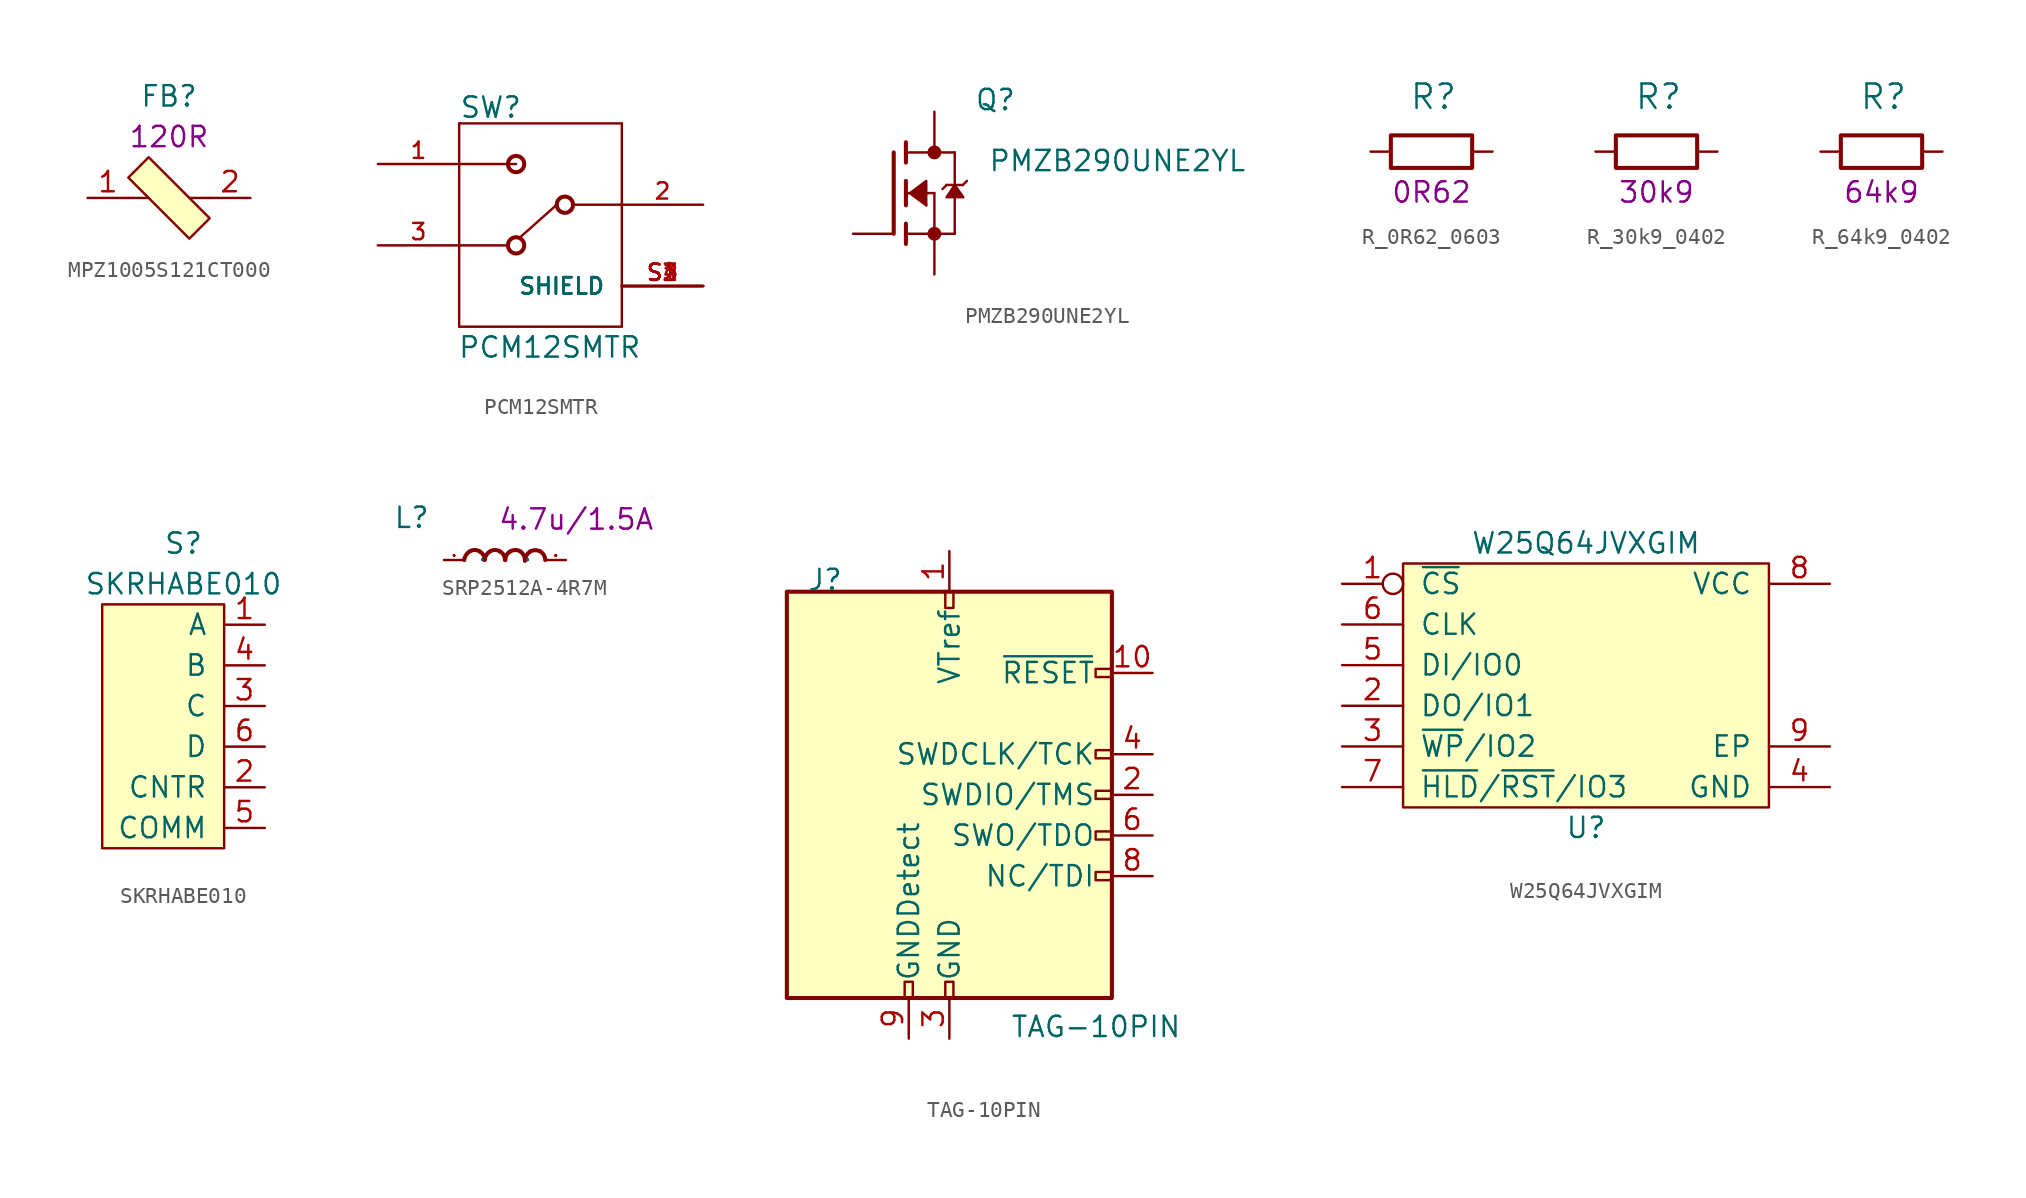
<source format=kicad_sym>
(kicad_symbol_lib
  (version 20211014)
  (generator kicad_symbol_editor)
  (symbol "MPZ1005S121CT000"
    (pin_names
      (offset 1.016))
    (property "Reference" "FB"
      (at 0 6.35 0)
      (effects (font (size 1.27 1.27))))
    (property "VAL" "120R"
      (at 0 3.81 0)
      (effects (font (size 1.27 1.27))))
    (symbol "MPZ1005S121CT000_0_1"
      (polyline (pts (xy -1.27 0) (xy -2.54 0)) (stroke (width 0) (type default) (color 0 0 0 0)) (fill (type none)))
      (polyline (pts (xy 1.27 0) (xy 2.54 0)) (stroke (width 0) (type default) (color 0 0 0 0)) (fill (type none)))
      (polyline (pts (xy -1.27 2.54) (xy -2.54 1.27) (xy 1.27 -2.54) (xy 2.54 -1.27) (xy -1.27 2.54)) (stroke (width 0) (type default) (color 0 0 0 0)) (fill (type background))))
    (symbol "MPZ1005S121CT000_1_1"
      (pin passive line (at -5.08 0 0) (length 2.54) (name "~" (effects (font (size 1.27 1.27)))) (number "1" (effects (font (size 1.27 1.27)))))
      (pin passive line (at 5.08 0 180) (length 2.54) (name "~" (effects (font (size 1.27 1.27)))) (number "2" (effects (font (size 1.27 1.27)))))))
  (symbol "PCM12SMTR"
    (pin_names
      (offset 1.016))
    (property "Reference" "SW"
      (at -5.08 5.334 0)
      (effects (font (size 1.27 1.27)) (justify left bottom)))
    (property "Value" "PCM12SMTR"
      (at -5.182 -9.652 0)
      (effects (font (size 1.27 1.27)) (justify left bottom)))
    (symbol "PCM12SMTR_0_0"
      (circle (center -1.524 -2.54) (radius 0.508) (stroke (width 0.254) (type default) (color 0 0 0 0)) (fill (type none)))
      (circle (center -1.524 2.54) (radius 0.508) (stroke (width 0.254) (type default) (color 0 0 0 0)) (fill (type none)))
      (polyline (pts (xy -5.08 -7.62) (xy 5.08 -7.62)) (stroke (width 0.152) (type default) (color 0 0 0 0)) (fill (type none)))
      (polyline (pts (xy -5.08 -2.54) (xy -5.08 -7.62)) (stroke (width 0.152) (type default) (color 0 0 0 0)) (fill (type none)))
      (polyline (pts (xy -5.08 -2.54) (xy -2.032 -2.54)) (stroke (width 0.152) (type default) (color 0 0 0 0)) (fill (type none)))
      (polyline (pts (xy -5.08 2.54) (xy -5.08 -2.54)) (stroke (width 0.152) (type default) (color 0 0 0 0)) (fill (type none)))
      (polyline (pts (xy -5.08 2.54) (xy -1.524 2.54)) (stroke (width 0.152) (type default) (color 0 0 0 0)) (fill (type none)))
      (polyline (pts (xy -5.08 5.08) (xy -5.08 2.54)) (stroke (width 0.152) (type default) (color 0 0 0 0)) (fill (type none)))
      (polyline (pts (xy 1.016 0) (xy -1.27 -2.032)) (stroke (width 0.152) (type default) (color 0 0 0 0)) (fill (type none)))
      (polyline (pts (xy 2.032 0) (xy 5.08 0)) (stroke (width 0.152) (type default) (color 0 0 0 0)) (fill (type none)))
      (polyline (pts (xy 5.08 -7.62) (xy 5.08 0)) (stroke (width 0.152) (type default) (color 0 0 0 0)) (fill (type none)))
      (polyline (pts (xy 5.08 0) (xy 5.08 5.08)) (stroke (width 0.152) (type default) (color 0 0 0 0)) (fill (type none)))
      (polyline (pts (xy 5.08 5.08) (xy -5.08 5.08)) (stroke (width 0.152) (type default) (color 0 0 0 0)) (fill (type none)))
      (circle (center 1.524 0) (radius 0.508) (stroke (width 0.254) (type default) (color 0 0 0 0)) (fill (type none)))
      (pin passive line (at -10.16 2.54 0) (length 5.08) (name "~" (effects (font (size 1.016 1.016)))) (number "1" (effects (font (size 1.016 1.016)))))
      (pin passive line (at 10.16 0 180) (length 5.08) (name "~" (effects (font (size 1.016 1.016)))) (number "2" (effects (font (size 1.016 1.016)))))
      (pin passive line (at -10.16 -2.54 0) (length 5.08) (name "~" (effects (font (size 1.016 1.016)))) (number "3" (effects (font (size 1.016 1.016)))))
      (pin passive line (at 10.16 -5.08 180) (length 5.08) (name "SHIELD" (effects (font (size 1.016 1.016)))) (number "S1" (effects (font (size 1.016 1.016)))))
      (pin passive line (at 10.16 -5.08 180) (length 5.08) (name "SHIELD" (effects (font (size 1.016 1.016)))) (number "S2" (effects (font (size 1.016 1.016)))))
      (pin passive line (at 10.16 -5.08 180) (length 5.08) (name "SHIELD" (effects (font (size 1.016 1.016)))) (number "S3" (effects (font (size 1.016 1.016)))))
      (pin passive line (at 10.16 -5.08 180) (length 5.08) (name "SHIELD" (effects (font (size 1.016 1.016)))) (number "S4" (effects (font (size 1.016 1.016)))))))
  (symbol "PMZB290UNE2YL"
    (pin_numbers hide)
    (pin_names
      (offset 1.016) hide)
    (property "Reference" "Q"
      (at 6.35 5.08 0)
      (effects (font (size 1.27 1.27)) (justify bottom)))
    (property "Value" "PMZB290UNE2YL"
      (at 13.97 1.27 0)
      (effects (font (size 1.27 1.27)) (justify bottom)))
    (symbol "PMZB290UNE2YL_0_0"
      (polyline (pts (xy 0 2.54) (xy 0 -2.54)) (stroke (width 0.254) (type default) (color 0 0 0 0)) (fill (type none)))
      (polyline (pts (xy 0.762 -2.54) (xy 0.762 -3.175)) (stroke (width 0.254) (type default) (color 0 0 0 0)) (fill (type none)))
      (polyline (pts (xy 0.762 -1.905) (xy 0.762 -2.54)) (stroke (width 0.254) (type default) (color 0 0 0 0)) (fill (type none)))
      (polyline (pts (xy 0.762 0) (xy 0.762 -0.762)) (stroke (width 0.254) (type default) (color 0 0 0 0)) (fill (type none)))
      (polyline (pts (xy 0.762 0) (xy 2.54 0)) (stroke (width 0.152) (type default) (color 0 0 0 0)) (fill (type none)))
      (polyline (pts (xy 0.762 0.762) (xy 0.762 0)) (stroke (width 0.254) (type default) (color 0 0 0 0)) (fill (type none)))
      (polyline (pts (xy 0.762 2.54) (xy 0.762 1.905)) (stroke (width 0.254) (type default) (color 0 0 0 0)) (fill (type none)))
      (polyline (pts (xy 0.762 2.54) (xy 3.81 2.54)) (stroke (width 0.152) (type default) (color 0 0 0 0)) (fill (type none)))
      (polyline (pts (xy 0.762 3.175) (xy 0.762 2.54)) (stroke (width 0.254) (type default) (color 0 0 0 0)) (fill (type none)))
      (polyline (pts (xy 2.032 -0.762) (xy 1.067 -0.051)) (stroke (width 0) (type default) (color 0 0 0 0)) (fill (type none)))
      (polyline (pts (xy 2.54 -2.54) (xy 0.762 -2.54)) (stroke (width 0.152) (type default) (color 0 0 0 0)) (fill (type none)))
      (polyline (pts (xy 2.54 -2.54) (xy 3.81 -2.54)) (stroke (width 0.152) (type default) (color 0 0 0 0)) (fill (type none)))
      (polyline (pts (xy 2.54 0) (xy 2.54 -2.54)) (stroke (width 0.152) (type default) (color 0 0 0 0)) (fill (type none)))
      (polyline (pts (xy 3.302 0.508) (xy 3.048 0.254)) (stroke (width 0.152) (type default) (color 0 0 0 0)) (fill (type none)))
      (polyline (pts (xy 3.81 0.508) (xy 3.302 0.508)) (stroke (width 0.152) (type default) (color 0 0 0 0)) (fill (type none)))
      (polyline (pts (xy 3.81 0.508) (xy 3.81 -2.54)) (stroke (width 0.152) (type default) (color 0 0 0 0)) (fill (type none)))
      (polyline (pts (xy 3.81 2.54) (xy 3.81 0.508)) (stroke (width 0.152) (type default) (color 0 0 0 0)) (fill (type none)))
      (polyline (pts (xy 4.318 0.508) (xy 3.81 0.508)) (stroke (width 0.152) (type default) (color 0 0 0 0)) (fill (type none)))
      (polyline (pts (xy 4.343 -0.254) (xy 3.861 0.432)) (stroke (width 0) (type default) (color 0 0 0 0)) (fill (type none)))
      (polyline (pts (xy 4.572 0.762) (xy 4.318 0.508)) (stroke (width 0.152) (type default) (color 0 0 0 0)) (fill (type none)))
      (polyline (pts (xy 1.016 0) (xy 2.032 0.762) (xy 2.032 -0.762)) (stroke (width 0.152) (type default) (color 0 0 0 0)) (fill (type outline)))
      (polyline (pts (xy 3.81 0.508) (xy 3.302 -0.254) (xy 4.318 -0.254)) (stroke (width 0.152) (type default) (color 0 0 0 0)) (fill (type outline)))
      (circle (center 2.54 -2.54) (radius 0.356) (stroke (width 0) (type default) (color 0 0 0 0)) (fill (type outline)))
      (circle (center 2.54 2.54) (radius 0.356) (stroke (width 0) (type default) (color 0 0 0 0)) (fill (type outline)))
      (pin passive line (at -2.54 -2.54 0) (length 2.54) (name "G" (effects (font (size 1.016 1.016)))) (number "1" (effects (font (size 1.016 1.016)))))
      (pin passive line (at 2.54 -5.08 90) (length 2.54) (name "S" (effects (font (size 1.016 1.016)))) (number "2" (effects (font (size 1.016 1.016)))))
      (pin passive line (at 2.54 5.08 270) (length 2.54) (name "D" (effects (font (size 1.016 1.016)))) (number "3" (effects (font (size 1.016 1.016)))))))
  (symbol "R_0R62_0603"
    (pin_names
      (offset 0))
    (property "Reference" "R"
      (at -1.397 3.429 0)
      (effects (font (size 1.524 1.524)) (justify left)))
    (property "Val" "0R62"
      (at 0 -2.54 0)
      (effects (font (size 1.27 1.27))))
    (symbol "R_0R62_0603_1_1"
      (rectangle (start 2.54 -1.016) (end -2.54 1.016) (stroke (width 0.254) (type default) (color 0 0 0 0)) (fill (type none)))
      (pin passive line (at -3.81 0 0) (length 1.27) (name "~" (effects (font (size 0 0)))) (number "1" (effects (font (size 0 0)))))
      (pin passive line (at 3.81 0 180) (length 1.27) (name "~" (effects (font (size 0 0)))) (number "2" (effects (font (size 0 0)))))))
  (symbol "R_30k9_0402"
    (pin_names
      (offset 0))
    (property "Reference" "R"
      (at -1.397 3.429 0)
      (effects (font (size 1.524 1.524)) (justify left)))
    (property "Val" "30k9"
      (at 0 -2.54 0)
      (effects (font (size 1.27 1.27))))
    (symbol "R_30k9_0402_1_1"
      (rectangle (start 2.54 -1.016) (end -2.54 1.016) (stroke (width 0.254) (type default) (color 0 0 0 0)) (fill (type none)))
      (pin passive line (at -3.81 0 0) (length 1.27) (name "~" (effects (font (size 0 0)))) (number "1" (effects (font (size 0 0)))))
      (pin passive line (at 3.81 0 180) (length 1.27) (name "~" (effects (font (size 0 0)))) (number "2" (effects (font (size 0 0)))))))
  (symbol "R_64k9_0402"
    (pin_names
      (offset 0))
    (property "Reference" "R"
      (at -1.397 3.429 0)
      (effects (font (size 1.524 1.524)) (justify left)))
    (property "Val" "64k9"
      (at 0 -2.54 0)
      (effects (font (size 1.27 1.27))))
    (symbol "R_64k9_0402_1_1"
      (rectangle (start 2.54 -1.016) (end -2.54 1.016) (stroke (width 0.254) (type default) (color 0 0 0 0)) (fill (type none)))
      (pin passive line (at -3.81 0 0) (length 1.27) (name "~" (effects (font (size 0 0)))) (number "1" (effects (font (size 0 0)))))
      (pin passive line (at 3.81 0 180) (length 1.27) (name "~" (effects (font (size 0 0)))) (number "2" (effects (font (size 0 0)))))))
  (symbol "SKRHABE010"
    (pin_names
      (offset 1.016))
    (property "Reference" "S"
      (at 0 10.16 0)
      (effects (font (size 1.27 1.27))))
    (property "Value" "SKRHABE010"
      (at 0 7.62 0)
      (effects (font (size 1.27 1.27))))
    (symbol "SKRHABE010_0_0"
      (pin passive line (at 5.08 0 180) (length 2.54) (name "C" (effects (font (size 1.27 1.27)))) (number "3" (effects (font (size 1.27 1.27)))))
      (pin passive line (at 5.08 2.54 180) (length 2.54) (name "B" (effects (font (size 1.27 1.27)))) (number "4" (effects (font (size 1.27 1.27)))))
      (pin passive line (at 5.08 -7.62 180) (length 2.54) (name "COMM" (effects (font (size 1.27 1.27)))) (number "5" (effects (font (size 1.27 1.27)))))
      (pin passive line (at 5.08 -2.54 180) (length 2.54) (name "D" (effects (font (size 1.27 1.27)))) (number "6" (effects (font (size 1.27 1.27))))))
    (symbol "SKRHABE010_0_1"
      (rectangle (start -5.08 6.35) (end 2.54 -8.89) (stroke (width 0) (type default) (color 0 0 0 0)) (fill (type background))))
    (symbol "SKRHABE010_1_1"
      (pin passive line (at 5.08 5.08 180) (length 2.54) (name "A" (effects (font (size 1.27 1.27)))) (number "1" (effects (font (size 1.27 1.27)))))
      (pin passive line (at 5.08 -5.08 180) (length 2.54) (name "CNTR" (effects (font (size 1.27 1.27)))) (number "2" (effects (font (size 1.27 1.27)))))))
  (symbol "SRP2512A-4R7M"
    (pin_names
      (offset 1.016))
    (property "Reference" "L"
      (at -6.985 1.905 0)
      (effects (font (size 1.27 1.27)) (justify left bottom)))
    (property "Val" "4.7u/1.5A"
      (at 4.445 2.54 0)
      (effects (font (size 1.27 1.27))))
    (symbol "SRP2512A-4R7M_0_1"
      (pin passive line (at -3.81 0 0) (length 1.27) (name "P" (effects (font (size 0.025 0.025)))) (number "1" (effects (font (size 0.025 0.025)))))
      (pin passive line (at 3.81 0 180) (length 1.27) (name "P" (effects (font (size 0.025 0.025)))) (number "2" (effects (font (size 0.025 0.025))))))
    (symbol "SRP2512A-4R7M_1_1"
      (arc (start -2.2098 0.5334) (mid -2.4364 0.3084) (end -2.54 0) (stroke (width 0.254) (type default) (color 0 0 0 0)) (fill (type none)))
      (arc (start -1.5748 0.5334) (mid -1.894 0.6272) (end -2.2098 0.5334) (stroke (width 0.254) (type default) (color 0 0 0 0)) (fill (type none)))
      (arc (start -1.27 0) (mid -1.3503 0.309) (end -1.5748 0.5334) (stroke (width 0.254) (type default) (color 0 0 0 0)) (fill (type none)))
      (arc (start -0.9398 0.5334) (mid -1.1664 0.3084) (end -1.27 0) (stroke (width 0.254) (type default) (color 0 0 0 0)) (fill (type none)))
      (arc (start -0.3048 0.5334) (mid -0.624 0.6272) (end -0.9398 0.5334) (stroke (width 0.254) (type default) (color 0 0 0 0)) (fill (type none)))
      (arc (start 0 0) (mid -0.0803 0.309) (end -0.3048 0.5334) (stroke (width 0.254) (type default) (color 0 0 0 0)) (fill (type none)))
      (arc (start 0.3302 0.5334) (mid 0.1036 0.3084) (end 0.0254 0) (stroke (width 0.254) (type default) (color 0 0 0 0)) (fill (type none)))
      (arc (start 0.9652 0.5334) (mid 0.646 0.6272) (end 0.3302 0.5334) (stroke (width 0.254) (type default) (color 0 0 0 0)) (fill (type none)))
      (arc (start 1.2446 -0.0508) (mid 1.1813 0.2752) (end 0.9652 0.5334) (stroke (width 0.254) (type default) (color 0 0 0 0)) (fill (type none)))
      (arc (start 1.5748 0.5334) (mid 1.357 0.3053) (end 1.27 0) (stroke (width 0.254) (type default) (color 0 0 0 0)) (fill (type none)))
      (arc (start 2.2098 0.5334) (mid 1.8942 0.6142) (end 1.5748 0.5334) (stroke (width 0.254) (type default) (color 0 0 0 0)) (fill (type none)))
      (arc (start 2.5146 0) (mid 2.4322 0.306) (end 2.2098 0.5334) (stroke (width 0.254) (type default) (color 0 0 0 0)) (fill (type none)))))
  (symbol "TAG-10PIN"
    (pin_names
      (offset 1.016))
    (property "Reference" "J"
      (at -7.62 12.7 0)
      (effects (font (size 1.27 1.27)) (justify left bottom)))
    (property "Value" "TAG-10PIN"
      (at 5.08 -15.24 0)
      (effects (font (size 1.27 1.27)) (justify left bottom)))
    (symbol "TAG-10PIN_0_1"
      (rectangle (start -8.89 12.7) (end 11.43 -12.7) (stroke (width 0.254) (type default) (color 0 0 0 0)) (fill (type background)))
      (rectangle (start -1.524 -12.7) (end -1.016 -11.684) (stroke (width 0) (type default) (color 0 0 0 0)) (fill (type none)))
      (rectangle (start 1.016 -12.7) (end 1.524 -11.684) (stroke (width 0) (type default) (color 0 0 0 0)) (fill (type none)))
      (rectangle (start 1.016 12.7) (end 1.524 11.684) (stroke (width 0) (type default) (color 0 0 0 0)) (fill (type none)))
      (rectangle (start 10.414 2.286) (end 11.43 2.794) (stroke (width 0) (type default) (color 0 0 0 0)) (fill (type none)))
      (rectangle (start 11.43 -2.794) (end 10.414 -2.286) (stroke (width 0) (type default) (color 0 0 0 0)) (fill (type none)))
      (rectangle (start 11.43 -0.254) (end 10.414 0.254) (stroke (width 0) (type default) (color 0 0 0 0)) (fill (type none)))
      (rectangle (start 11.43 7.874) (end 10.414 7.366) (stroke (width 0) (type default) (color 0 0 0 0)) (fill (type none))))
    (symbol "TAG-10PIN_1_1"
      (rectangle (start 10.414 -5.334) (end 11.43 -4.826) (stroke (width 0) (type default) (color 0 0 0 0)) (fill (type none)))
      (pin power_in line (at 1.27 15.24 270) (length 2.54) (name "VTref" (effects (font (size 1.27 1.27)))) (number "1" (effects (font (size 1.27 1.27)))))
      (pin open_collector line (at 13.97 7.62 180) (length 2.54) (name "~{RESET}" (effects (font (size 1.27 1.27)))) (number "10" (effects (font (size 1.27 1.27)))))
      (pin bidirectional line (at 13.97 0 180) (length 2.54) (name "SWDIO/TMS" (effects (font (size 1.27 1.27)))) (number "2" (effects (font (size 1.27 1.27)))))
      (pin power_in line (at 1.27 -15.24 90) (length 2.54) (name "GND" (effects (font (size 1.27 1.27)))) (number "3" (effects (font (size 1.27 1.27)))))
      (pin output line (at 13.97 2.54 180) (length 2.54) (name "SWDCLK/TCK" (effects (font (size 1.27 1.27)))) (number "4" (effects (font (size 1.27 1.27)))))
      (pin passive line (at 1.27 -15.24 90) (length 2.54) hide (name "GND" (effects (font (size 1.27 1.27)))) (number "5" (effects (font (size 1.27 1.27)))))
      (pin input line (at 13.97 -2.54 180) (length 2.54) (name "SWO/TDO" (effects (font (size 1.27 1.27)))) (number "6" (effects (font (size 1.27 1.27)))))
      (pin no_connect line (at -8.89 0 0) (length 2.54) hide (name "KEY" (effects (font (size 1.27 1.27)))) (number "7" (effects (font (size 1.27 1.27)))))
      (pin output line (at 13.97 -5.08 180) (length 2.54) (name "NC/TDI" (effects (font (size 1.27 1.27)))) (number "8" (effects (font (size 1.27 1.27)))))
      (pin passive line (at -1.27 -15.24 90) (length 2.54) (name "GNDDetect" (effects (font (size 1.27 1.27)))) (number "9" (effects (font (size 1.27 1.27)))))))
  (symbol "W25Q64JVXGIM"
    (pin_names
      (offset 1.016))
    (property "Reference" "U"
      (at 0 -10.16 0)
      (effects (font (size 1.27 1.27))))
    (property "Value" "W25Q64JVXGIM"
      (at 0 7.62 0)
      (effects (font (size 1.27 1.27))))
    (symbol "W25Q64JVXGIM_1_1"
      (rectangle (start -11.43 -8.89) (end 11.43 6.35) (stroke (width 0) (type default) (color 0 0 0 0)) (fill (type background)))
      (pin passive inverted (at -15.24 5.08 0) (length 3.81) (name "~{CS}" (effects (font (size 1.27 1.27)))) (number "1" (effects (font (size 1.27 1.27)))))
      (pin passive line (at -15.24 -2.54 0) (length 3.81) (name "DO/IO1" (effects (font (size 1.27 1.27)))) (number "2" (effects (font (size 1.27 1.27)))))
      (pin passive line (at -15.24 -5.08 0) (length 3.81) (name "~{WP}/IO2" (effects (font (size 1.27 1.27)))) (number "3" (effects (font (size 1.27 1.27)))))
      (pin passive line (at 15.24 -7.62 180) (length 3.81) (name "GND" (effects (font (size 1.27 1.27)))) (number "4" (effects (font (size 1.27 1.27)))))
      (pin passive line (at -15.24 0 0) (length 3.81) (name "DI/IO0" (effects (font (size 1.27 1.27)))) (number "5" (effects (font (size 1.27 1.27)))))
      (pin passive line (at -15.24 2.54 0) (length 3.81) (name "CLK" (effects (font (size 1.27 1.27)))) (number "6" (effects (font (size 1.27 1.27)))))
      (pin passive line (at -15.24 -7.62 0) (length 3.81) (name "~{HLD}/~{RST}/IO3" (effects (font (size 1.27 1.27)))) (number "7" (effects (font (size 1.27 1.27)))))
      (pin passive line (at 15.24 5.08 180) (length 3.81) (name "VCC" (effects (font (size 1.27 1.27)))) (number "8" (effects (font (size 1.27 1.27)))))
      (pin passive line (at 15.24 -5.08 180) (length 3.81) (name "EP" (effects (font (size 1.27 1.27)))) (number "9" (effects (font (size 1.27 1.27))))))))
</source>
